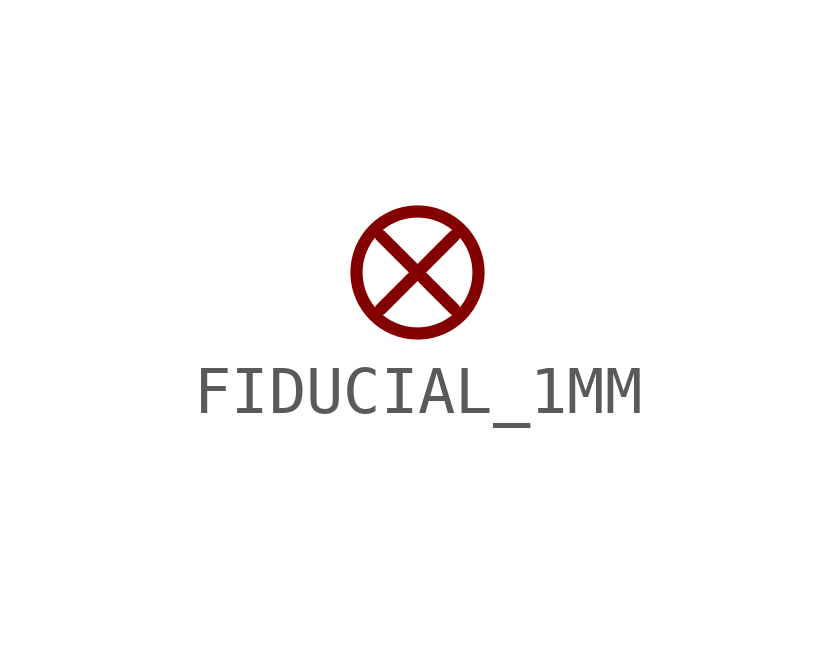
<source format=kicad_sym>
(kicad_symbol_lib
  (version 20211014)
  (generator kicad_symbol_editor)
  (symbol "FIDUCIAL_1MM"
    (property "Reference" "FID"
      (at 0 0 0)
      (effects (font (size 1.27 1.27)) hide))
    (property "ki_locked" ""
      (at 0 0 0)
      (effects (font (size 1.27 1.27))))
    (symbol "FIDUCIAL_1MM_1_0"
      (polyline (pts (xy -0.762 0.762) (xy 0.762 -0.762)) (stroke (width 0.254) (type default) (color 0 0 0 0)) (fill (type none)))
      (polyline (pts (xy 0.762 0.762) (xy -0.762 -0.762)) (stroke (width 0.254) (type default) (color 0 0 0 0)) (fill (type none)))
      (circle (center 0 0) (radius 1.27) (stroke (width 0.254) (type default) (color 0 0 0 0)) (fill (type none))))))
</source>
